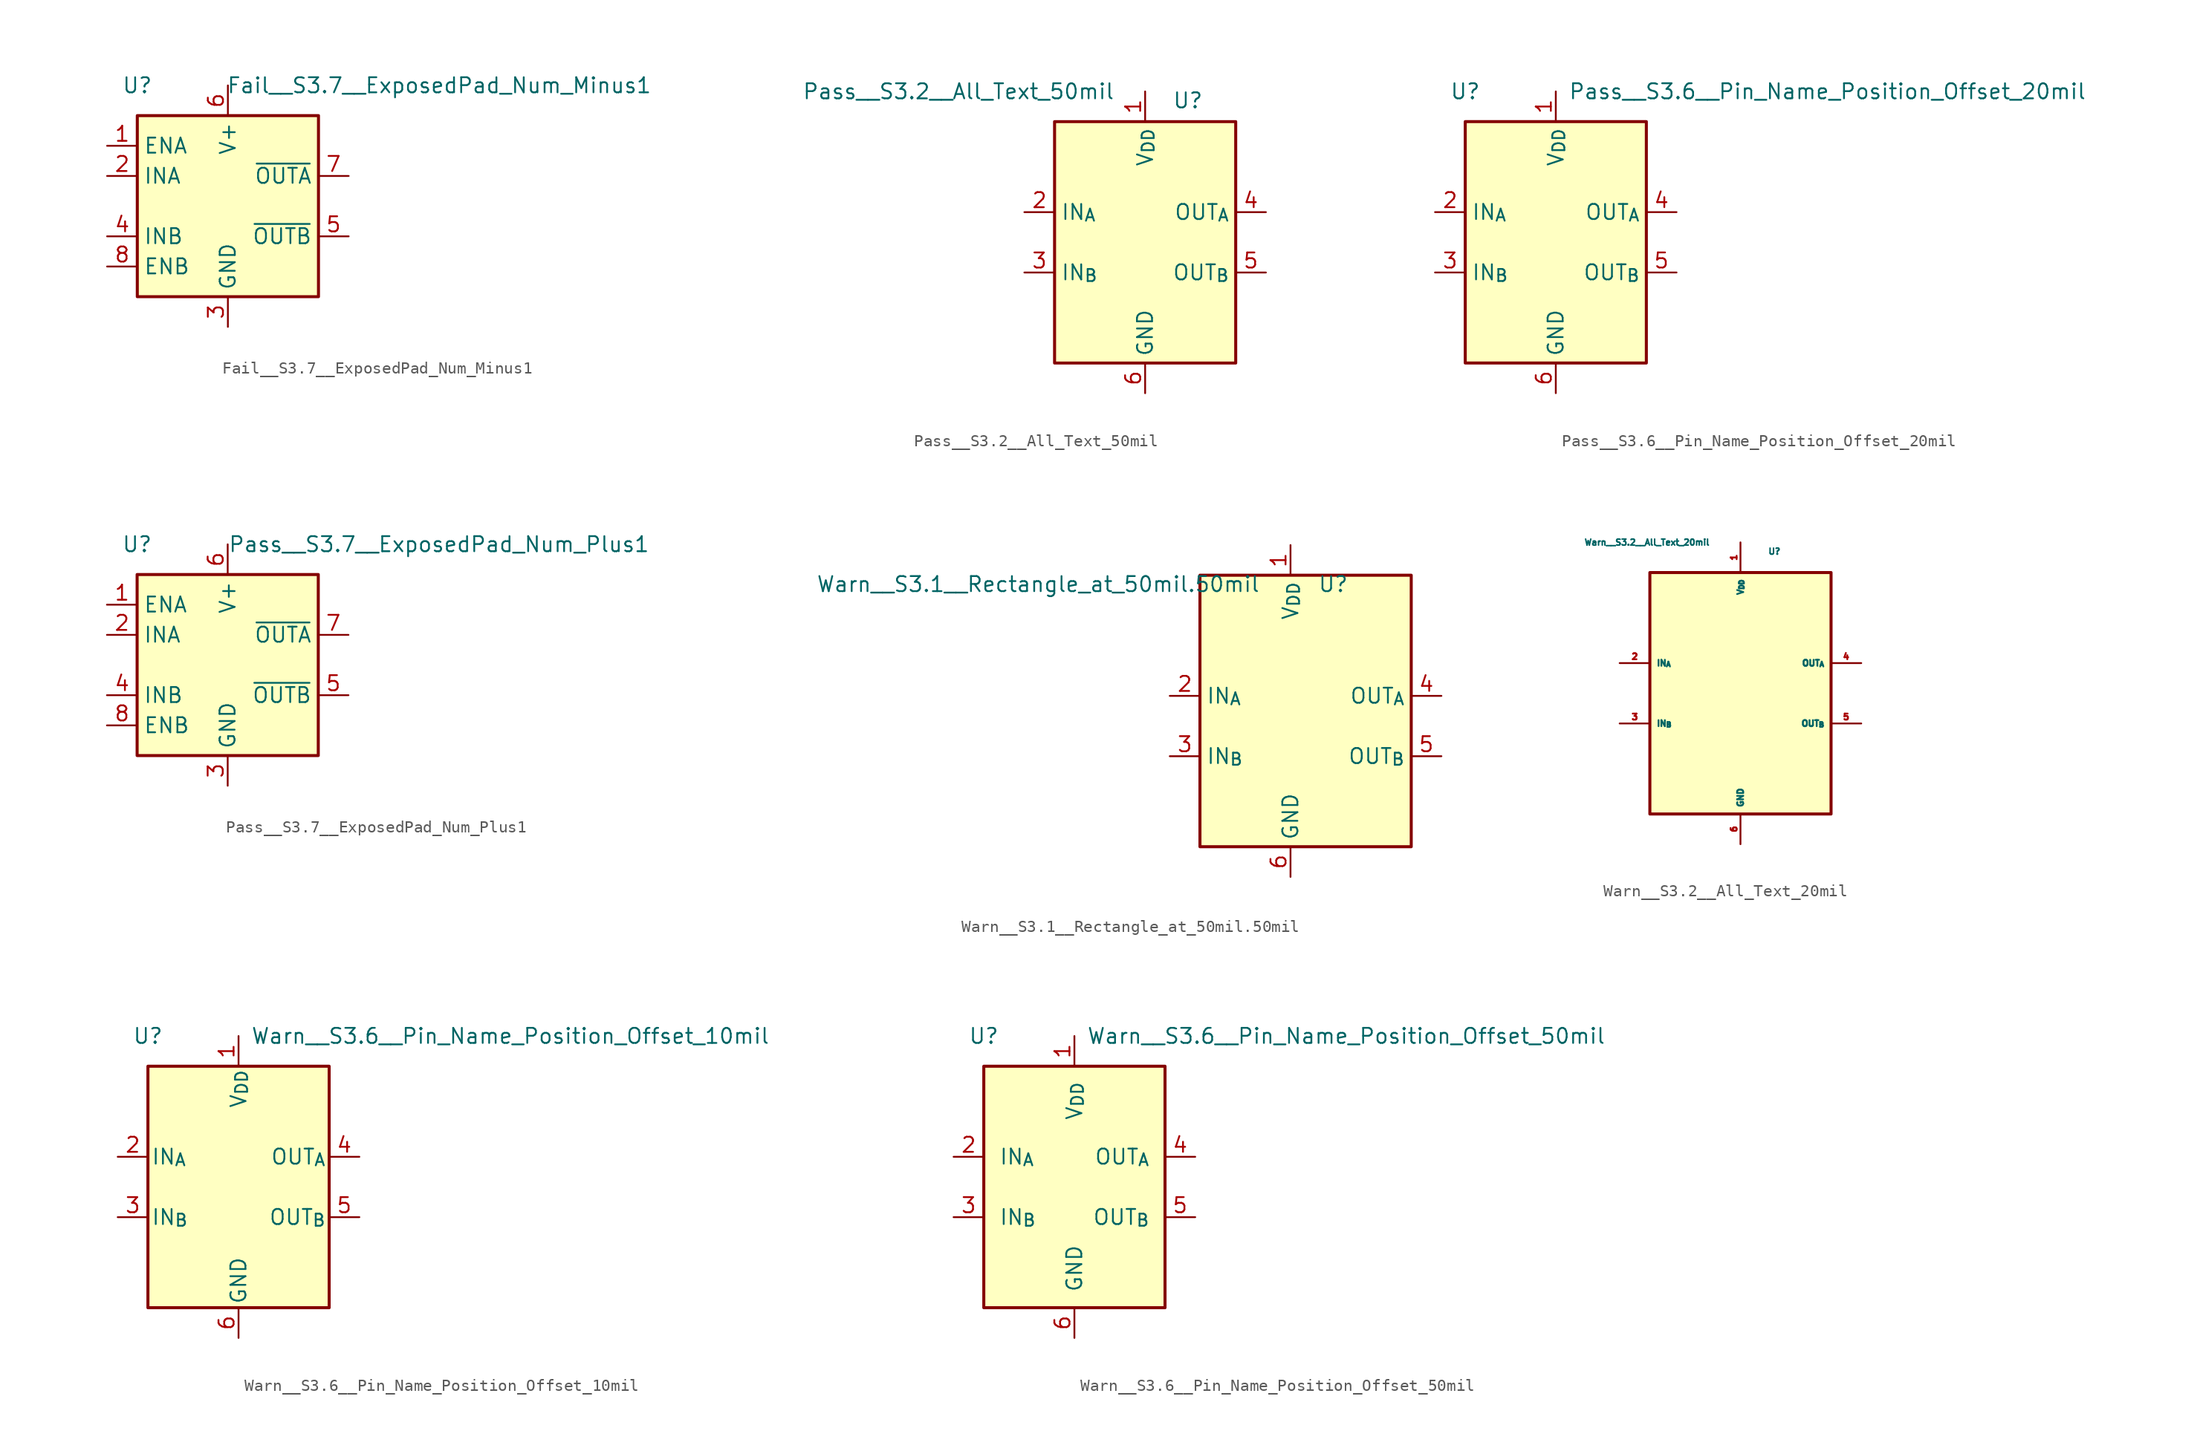
<source format=kicad_sym>
(kicad_symbol_lib
  (version 20220914)
  (generator kicad_symbol_editor)
  (symbol "Fail__S3.7__ExposedPad_Num_Minus1"
    (property "Reference" "U"
      (at -7.62 10.16 0)
      (effects (font (size 1.27 1.27))))
    (property "Value" "Fail__S3.7__ExposedPad_Num_Minus1"
      (at 17.78 10.16 0)
      (effects (font (size 1.27 1.27))))
    (symbol "Fail__S3.7__ExposedPad_Num_Minus1_0_1"
      (rectangle (start -7.62 -7.62) (end 7.62 7.62) (stroke (width 0.254) (type default)) (fill (type background))))
    (symbol "Fail__S3.7__ExposedPad_Num_Minus1_1_1"
      (pin input line (at -10.16 5.08 0) (length 2.54) (name "ENA" (effects (font (size 1.27 1.27)))) (number "1" (effects (font (size 1.27 1.27)))))
      (pin passive line (at 0 -10.16 90) (length 2.54) hide (name "GND" (effects (font (size 1.27 1.27)))) (number "12" (effects (font (size 1.27 1.27)))))
      (pin input line (at -10.16 2.54 0) (length 2.54) (name "INA" (effects (font (size 1.27 1.27)))) (number "2" (effects (font (size 1.27 1.27)))))
      (pin power_in line (at 0 -10.16 90) (length 2.54) (name "GND" (effects (font (size 1.27 1.27)))) (number "3" (effects (font (size 1.27 1.27)))))
      (pin input line (at -10.16 -2.54 0) (length 2.54) (name "INB" (effects (font (size 1.27 1.27)))) (number "4" (effects (font (size 1.27 1.27)))))
      (pin output line (at 10.16 -2.54 180) (length 2.54) (name "~{OUTB}" (effects (font (size 1.27 1.27)))) (number "5" (effects (font (size 1.27 1.27)))))
      (pin power_in line (at 0 10.16 270) (length 2.54) (name "V+" (effects (font (size 1.27 1.27)))) (number "6" (effects (font (size 1.27 1.27)))))
      (pin output line (at 10.16 2.54 180) (length 2.54) (name "~{OUTA}" (effects (font (size 1.27 1.27)))) (number "7" (effects (font (size 1.27 1.27)))))
      (pin input line (at -10.16 -5.08 0) (length 2.54) (name "ENB" (effects (font (size 1.27 1.27)))) (number "8" (effects (font (size 1.27 1.27)))))))
  (symbol "Pass__S3.2__All_Text_50mil"
    (property "Reference" "U"
      (at 2.286 11.938 0)
      (effects (font (size 1.27 1.27)) (justify left)))
    (property "Value" "Pass__S3.2__All_Text_50mil"
      (at -2.54 12.7 0)
      (effects (font (size 1.27 1.27)) (justify right)))
    (symbol "Pass__S3.2__All_Text_50mil_0_1"
      (rectangle (start -7.62 10.16) (end 7.62 -10.16) (stroke (width 0.254) (type default)) (fill (type background))))
    (symbol "Pass__S3.2__All_Text_50mil_1_1"
      (pin power_in line (at 0 12.7 270) (length 2.54) (name "V_{DD}" (effects (font (size 1.27 1.27)))) (number "1" (effects (font (size 1.27 1.27)))))
      (pin input line (at -10.16 2.54 0) (length 2.54) (name "IN_{A}" (effects (font (size 1.27 1.27)))) (number "2" (effects (font (size 1.27 1.27)))))
      (pin input line (at -10.16 -2.54 0) (length 2.54) (name "IN_{B}" (effects (font (size 1.27 1.27)))) (number "3" (effects (font (size 1.27 1.27)))))
      (pin output line (at 10.16 2.54 180) (length 2.54) (name "OUT_{A}" (effects (font (size 1.27 1.27)))) (number "4" (effects (font (size 1.27 1.27)))))
      (pin output line (at 10.16 -2.54 180) (length 2.54) (name "OUT_{B}" (effects (font (size 1.27 1.27)))) (number "5" (effects (font (size 1.27 1.27)))))
      (pin power_in line (at 0 -12.7 90) (length 2.54) (name "GND" (effects (font (size 1.27 1.27)))) (number "6" (effects (font (size 1.27 1.27)))))
      (pin no_connect line (at 7.62 7.62 180) (length 2.54) hide (name "NC" (effects (font (size 1.27 1.27)))) (number "7" (effects (font (size 1.27 1.27)))))
      (pin no_connect line (at 7.62 -7.62 180) (length 2.54) hide (name "NC" (effects (font (size 1.27 1.27)))) (number "8" (effects (font (size 1.27 1.27)))))))
  (symbol "Pass__S3.6__Pin_Name_Position_Offset_20mil"
    (property "Reference" "U"
      (at -7.62 12.7 0)
      (effects (font (size 1.27 1.27))))
    (property "Value" "Pass__S3.6__Pin_Name_Position_Offset_20mil"
      (at 22.86 12.7 0)
      (effects (font (size 1.27 1.27))))
    (symbol "Pass__S3.6__Pin_Name_Position_Offset_20mil_0_1"
      (rectangle (start -7.62 10.16) (end 7.62 -10.16) (stroke (width 0.254) (type default)) (fill (type background))))
    (symbol "Pass__S3.6__Pin_Name_Position_Offset_20mil_1_1"
      (pin power_in line (at 0 12.7 270) (length 2.54) (name "V_{DD}" (effects (font (size 1.27 1.27)))) (number "1" (effects (font (size 1.27 1.27)))))
      (pin input line (at -10.16 2.54 0) (length 2.54) (name "IN_{A}" (effects (font (size 1.27 1.27)))) (number "2" (effects (font (size 1.27 1.27)))))
      (pin input line (at -10.16 -2.54 0) (length 2.54) (name "IN_{B}" (effects (font (size 1.27 1.27)))) (number "3" (effects (font (size 1.27 1.27)))))
      (pin output line (at 10.16 2.54 180) (length 2.54) (name "OUT_{A}" (effects (font (size 1.27 1.27)))) (number "4" (effects (font (size 1.27 1.27)))))
      (pin output line (at 10.16 -2.54 180) (length 2.54) (name "OUT_{B}" (effects (font (size 1.27 1.27)))) (number "5" (effects (font (size 1.27 1.27)))))
      (pin power_in line (at 0 -12.7 90) (length 2.54) (name "GND" (effects (font (size 1.27 1.27)))) (number "6" (effects (font (size 1.27 1.27)))))
      (pin no_connect line (at 7.62 7.62 180) (length 2.54) hide (name "NC" (effects (font (size 1.27 1.27)))) (number "7" (effects (font (size 1.27 1.27)))))
      (pin no_connect line (at 7.62 -7.62 180) (length 2.54) hide (name "NC" (effects (font (size 1.27 1.27)))) (number "8" (effects (font (size 1.27 1.27)))))))
  (symbol "Pass__S3.7__ExposedPad_Num_Plus1"
    (property "Reference" "U"
      (at -7.62 10.16 0)
      (effects (font (size 1.27 1.27))))
    (property "Value" "Pass__S3.7__ExposedPad_Num_Plus1"
      (at 17.78 10.16 0)
      (effects (font (size 1.27 1.27))))
    (symbol "Pass__S3.7__ExposedPad_Num_Plus1_0_1"
      (rectangle (start -7.62 -7.62) (end 7.62 7.62) (stroke (width 0.254) (type default)) (fill (type background))))
    (symbol "Pass__S3.7__ExposedPad_Num_Plus1_1_1"
      (pin input line (at -10.16 5.08 0) (length 2.54) (name "ENA" (effects (font (size 1.27 1.27)))) (number "1" (effects (font (size 1.27 1.27)))))
      (pin input line (at -10.16 2.54 0) (length 2.54) (name "INA" (effects (font (size 1.27 1.27)))) (number "2" (effects (font (size 1.27 1.27)))))
      (pin power_in line (at 0 -10.16 90) (length 2.54) (name "GND" (effects (font (size 1.27 1.27)))) (number "3" (effects (font (size 1.27 1.27)))))
      (pin input line (at -10.16 -2.54 0) (length 2.54) (name "INB" (effects (font (size 1.27 1.27)))) (number "4" (effects (font (size 1.27 1.27)))))
      (pin output line (at 10.16 -2.54 180) (length 2.54) (name "~{OUTB}" (effects (font (size 1.27 1.27)))) (number "5" (effects (font (size 1.27 1.27)))))
      (pin power_in line (at 0 10.16 270) (length 2.54) (name "V+" (effects (font (size 1.27 1.27)))) (number "6" (effects (font (size 1.27 1.27)))))
      (pin output line (at 10.16 2.54 180) (length 2.54) (name "~{OUTA}" (effects (font (size 1.27 1.27)))) (number "7" (effects (font (size 1.27 1.27)))))
      (pin input line (at -10.16 -5.08 0) (length 2.54) (name "ENB" (effects (font (size 1.27 1.27)))) (number "8" (effects (font (size 1.27 1.27)))))
      (pin passive line (at 0 -10.16 90) (length 2.54) hide (name "GND" (effects (font (size 1.27 1.27)))) (number "9" (effects (font (size 1.27 1.27)))))))
  (symbol "Warn__S3.1__Rectangle_at_50mil.50mil"
    (property "Reference" "U"
      (at 2.286 11.938 0)
      (effects (font (size 1.27 1.27)) (justify left)))
    (property "Value" "Warn__S3.1__Rectangle_at_50mil.50mil"
      (at -2.54 11.938 0)
      (effects (font (size 1.27 1.27)) (justify right)))
    (symbol "Warn__S3.1__Rectangle_at_50mil.50mil_0_1"
      (rectangle (start -7.62 12.7) (end 10.16 -10.16) (stroke (width 0.254) (type default)) (fill (type background))))
    (symbol "Warn__S3.1__Rectangle_at_50mil.50mil_1_1"
      (pin power_in line (at 0 15.24 270) (length 2.54) (name "V_{DD}" (effects (font (size 1.27 1.27)))) (number "1" (effects (font (size 1.27 1.27)))))
      (pin input line (at -10.16 2.54 0) (length 2.54) (name "IN_{A}" (effects (font (size 1.27 1.27)))) (number "2" (effects (font (size 1.27 1.27)))))
      (pin input line (at -10.16 -2.54 0) (length 2.54) (name "IN_{B}" (effects (font (size 1.27 1.27)))) (number "3" (effects (font (size 1.27 1.27)))))
      (pin output line (at 12.7 2.54 180) (length 2.54) (name "OUT_{A}" (effects (font (size 1.27 1.27)))) (number "4" (effects (font (size 1.27 1.27)))))
      (pin output line (at 12.7 -2.54 180) (length 2.54) (name "OUT_{B}" (effects (font (size 1.27 1.27)))) (number "5" (effects (font (size 1.27 1.27)))))
      (pin power_in line (at 0 -12.7 90) (length 2.54) (name "GND" (effects (font (size 1.27 1.27)))) (number "6" (effects (font (size 1.27 1.27)))))
      (pin no_connect line (at 10.16 7.62 180) (length 2.54) hide (name "NC" (effects (font (size 1.27 1.27)))) (number "7" (effects (font (size 1.27 1.27)))))
      (pin no_connect line (at 10.16 -7.62 180) (length 2.54) hide (name "NC" (effects (font (size 1.27 1.27)))) (number "8" (effects (font (size 1.27 1.27)))))))
  (symbol "Warn__S3.2__All_Text_20mil"
    (property "Reference" "U"
      (at 2.286 11.938 0)
      (effects (font (size 0.508 0.508)) (justify left)))
    (property "Value" "Warn__S3.2__All_Text_20mil"
      (at -2.54 12.7 0)
      (effects (font (size 0.508 0.508)) (justify right)))
    (symbol "Warn__S3.2__All_Text_20mil_0_1"
      (rectangle (start -7.62 10.16) (end 7.62 -10.16) (stroke (width 0.254) (type default)) (fill (type background))))
    (symbol "Warn__S3.2__All_Text_20mil_1_1"
      (pin power_in line (at 0 12.7 270) (length 2.54) (name "V_{DD}" (effects (font (size 0.508 0.508)))) (number "1" (effects (font (size 0.508 0.508)))))
      (pin input line (at -10.16 2.54 0) (length 2.54) (name "IN_{A}" (effects (font (size 0.508 0.508)))) (number "2" (effects (font (size 0.508 0.508)))))
      (pin input line (at -10.16 -2.54 0) (length 2.54) (name "IN_{B}" (effects (font (size 0.508 0.508)))) (number "3" (effects (font (size 0.508 0.508)))))
      (pin output line (at 10.16 2.54 180) (length 2.54) (name "OUT_{A}" (effects (font (size 0.508 0.508)))) (number "4" (effects (font (size 0.508 0.508)))))
      (pin output line (at 10.16 -2.54 180) (length 2.54) (name "OUT_{B}" (effects (font (size 0.508 0.508)))) (number "5" (effects (font (size 0.508 0.508)))))
      (pin power_in line (at 0 -12.7 90) (length 2.54) (name "GND" (effects (font (size 0.508 0.508)))) (number "6" (effects (font (size 0.508 0.508)))))
      (pin no_connect line (at 7.62 7.62 180) (length 2.54) hide (name "NC" (effects (font (size 0.508 0.508)))) (number "7" (effects (font (size 0.508 0.508)))))
      (pin no_connect line (at 7.62 -7.62 180) (length 2.54) hide (name "NC" (effects (font (size 0.508 0.508)))) (number "8" (effects (font (size 0.508 0.508)))))))
  (symbol "Warn__S3.6__Pin_Name_Position_Offset_10mil"
    (pin_names
      (offset 0.254))
    (property "Reference" "U"
      (at -7.62 12.7 0)
      (effects (font (size 1.27 1.27))))
    (property "Value" "Warn__S3.6__Pin_Name_Position_Offset_10mil"
      (at 22.86 12.7 0)
      (effects (font (size 1.27 1.27))))
    (symbol "Warn__S3.6__Pin_Name_Position_Offset_10mil_0_1"
      (rectangle (start -7.62 10.16) (end 7.62 -10.16) (stroke (width 0.254) (type default)) (fill (type background))))
    (symbol "Warn__S3.6__Pin_Name_Position_Offset_10mil_1_1"
      (pin power_in line (at 0 12.7 270) (length 2.54) (name "V_{DD}" (effects (font (size 1.27 1.27)))) (number "1" (effects (font (size 1.27 1.27)))))
      (pin input line (at -10.16 2.54 0) (length 2.54) (name "IN_{A}" (effects (font (size 1.27 1.27)))) (number "2" (effects (font (size 1.27 1.27)))))
      (pin input line (at -10.16 -2.54 0) (length 2.54) (name "IN_{B}" (effects (font (size 1.27 1.27)))) (number "3" (effects (font (size 1.27 1.27)))))
      (pin output line (at 10.16 2.54 180) (length 2.54) (name "OUT_{A}" (effects (font (size 1.27 1.27)))) (number "4" (effects (font (size 1.27 1.27)))))
      (pin output line (at 10.16 -2.54 180) (length 2.54) (name "OUT_{B}" (effects (font (size 1.27 1.27)))) (number "5" (effects (font (size 1.27 1.27)))))
      (pin power_in line (at 0 -12.7 90) (length 2.54) (name "GND" (effects (font (size 1.27 1.27)))) (number "6" (effects (font (size 1.27 1.27)))))
      (pin no_connect line (at 7.62 7.62 180) (length 2.54) hide (name "NC" (effects (font (size 1.27 1.27)))) (number "7" (effects (font (size 1.27 1.27)))))
      (pin no_connect line (at 7.62 -7.62 180) (length 2.54) hide (name "NC" (effects (font (size 1.27 1.27)))) (number "8" (effects (font (size 1.27 1.27)))))))
  (symbol "Warn__S3.6__Pin_Name_Position_Offset_50mil"
    (pin_names
      (offset 1.27))
    (property "Reference" "U"
      (at -7.62 12.7 0)
      (effects (font (size 1.27 1.27))))
    (property "Value" "Warn__S3.6__Pin_Name_Position_Offset_50mil"
      (at 22.86 12.7 0)
      (effects (font (size 1.27 1.27))))
    (symbol "Warn__S3.6__Pin_Name_Position_Offset_50mil_0_1"
      (rectangle (start -7.62 10.16) (end 7.62 -10.16) (stroke (width 0.254) (type default)) (fill (type background))))
    (symbol "Warn__S3.6__Pin_Name_Position_Offset_50mil_1_1"
      (pin power_in line (at 0 12.7 270) (length 2.54) (name "V_{DD}" (effects (font (size 1.27 1.27)))) (number "1" (effects (font (size 1.27 1.27)))))
      (pin input line (at -10.16 2.54 0) (length 2.54) (name "IN_{A}" (effects (font (size 1.27 1.27)))) (number "2" (effects (font (size 1.27 1.27)))))
      (pin input line (at -10.16 -2.54 0) (length 2.54) (name "IN_{B}" (effects (font (size 1.27 1.27)))) (number "3" (effects (font (size 1.27 1.27)))))
      (pin output line (at 10.16 2.54 180) (length 2.54) (name "OUT_{A}" (effects (font (size 1.27 1.27)))) (number "4" (effects (font (size 1.27 1.27)))))
      (pin output line (at 10.16 -2.54 180) (length 2.54) (name "OUT_{B}" (effects (font (size 1.27 1.27)))) (number "5" (effects (font (size 1.27 1.27)))))
      (pin power_in line (at 0 -12.7 90) (length 2.54) (name "GND" (effects (font (size 1.27 1.27)))) (number "6" (effects (font (size 1.27 1.27)))))
      (pin no_connect line (at 7.62 7.62 180) (length 2.54) hide (name "NC" (effects (font (size 1.27 1.27)))) (number "7" (effects (font (size 1.27 1.27)))))
      (pin no_connect line (at 7.62 -7.62 180) (length 2.54) hide (name "NC" (effects (font (size 1.27 1.27)))) (number "8" (effects (font (size 1.27 1.27))))))))
</source>
